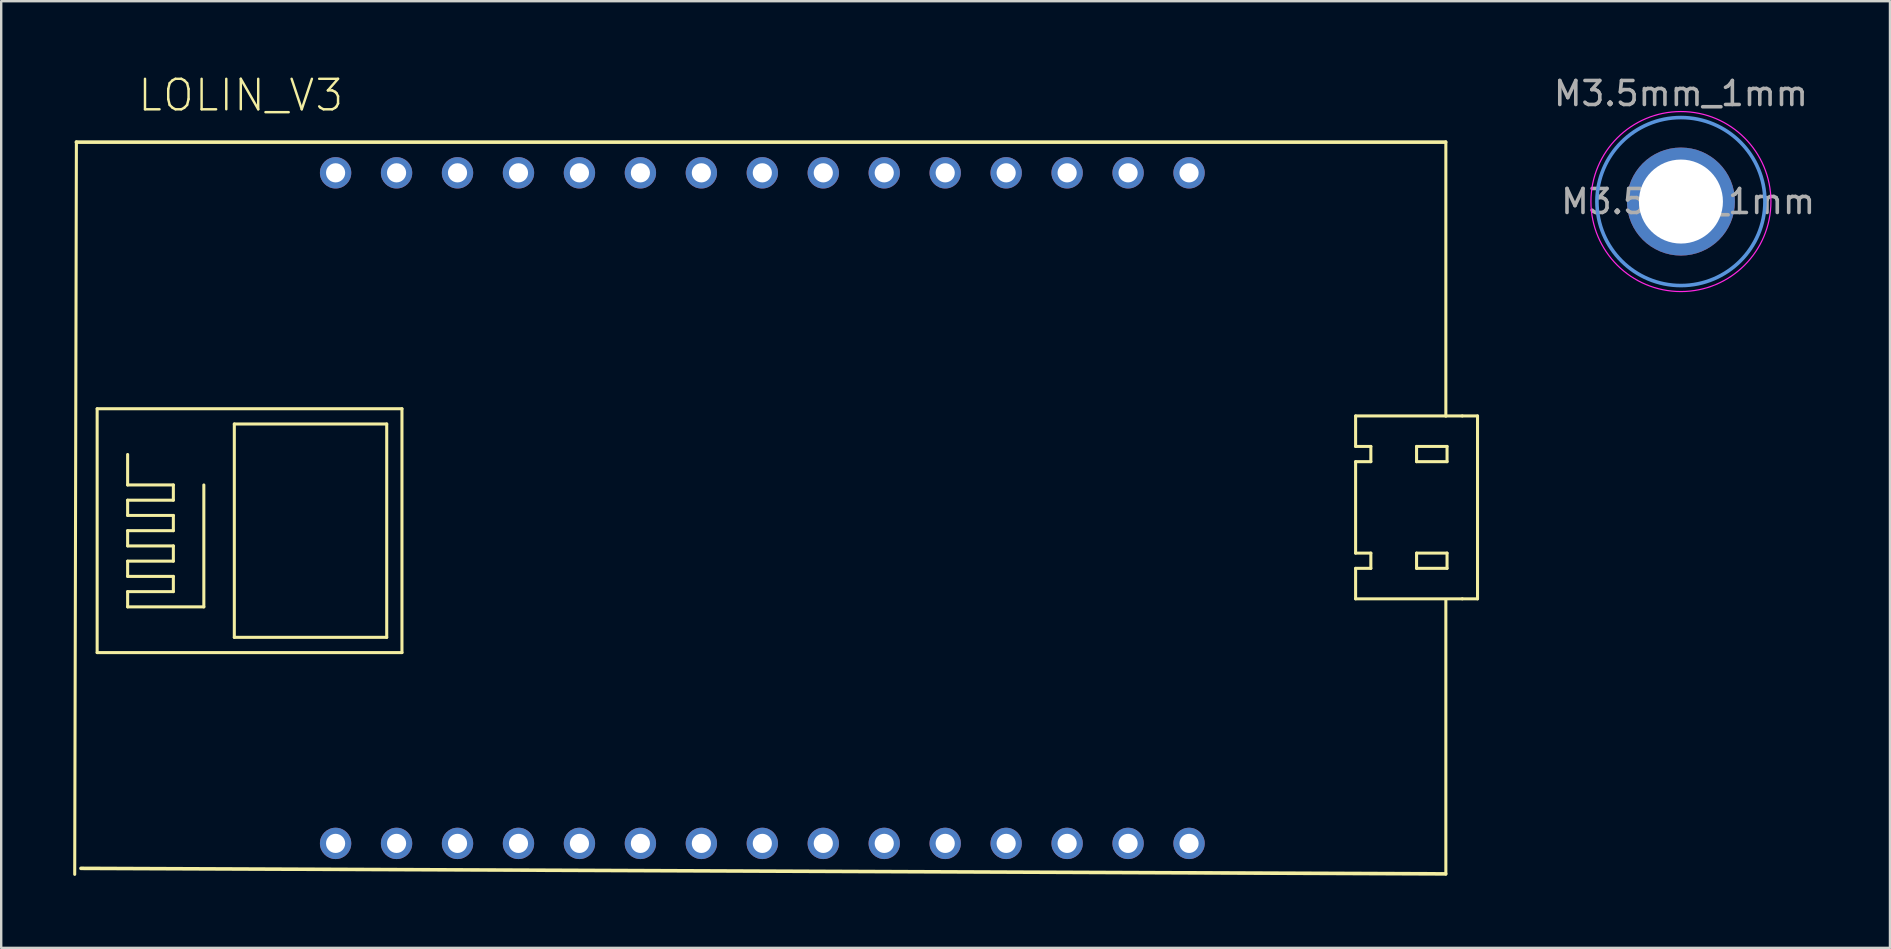
<source format=kicad_pcb>
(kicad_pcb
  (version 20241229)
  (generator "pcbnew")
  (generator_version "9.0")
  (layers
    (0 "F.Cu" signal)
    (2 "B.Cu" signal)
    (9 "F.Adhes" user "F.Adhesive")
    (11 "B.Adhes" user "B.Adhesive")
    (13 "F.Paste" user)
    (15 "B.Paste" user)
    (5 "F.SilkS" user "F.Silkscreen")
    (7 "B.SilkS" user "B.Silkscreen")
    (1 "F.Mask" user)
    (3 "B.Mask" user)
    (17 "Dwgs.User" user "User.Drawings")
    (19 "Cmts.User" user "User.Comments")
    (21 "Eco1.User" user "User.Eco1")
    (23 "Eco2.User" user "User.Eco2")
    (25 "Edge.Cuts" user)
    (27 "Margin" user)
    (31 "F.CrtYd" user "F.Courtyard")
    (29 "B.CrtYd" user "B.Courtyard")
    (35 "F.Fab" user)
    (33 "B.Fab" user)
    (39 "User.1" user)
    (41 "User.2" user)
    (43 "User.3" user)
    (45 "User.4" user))
  (footprint "M3.5mm_1mm"
    (layer "F.Cu")
    (at 66.988 5.348)
    (property "Reference" "M3.5mm_1mm" (at 0 -4.5 0) (layer "F.Fab") (effects (font (size 1 1) (thickness 0.15))))
    (attr exclude_from_pos_files exclude_from_bom)
    (fp_circle (center 0 0) (end 3.5 0) (stroke (width 0.15) (type solid)) (fill no) (layer "Cmts.User"))
    (fp_circle (center 0 0) (end 3.75 0) (stroke (width 0.05) (type solid)) (fill no) (layer "F.CrtYd"))
    (fp_text user "${REFERENCE}" (at 0.3 0 0) (layer "F.Fab") (effects (font (size 1 1) (thickness 0.15))))
    (pad "1" thru_hole circle (at 0 0) (size 4.5 4.5) (drill 3.5) (layers "*.Cu" "*.Mask")))
  (footprint "LOLIN_V3"
    (layer "F.Cu")
    (at 29.983 18.121)
    (property "Reference" "LOLIN_V3" (at -23 -17.2 0) (layer "F.SilkS") (effects (font (size 1.27 1.27) (thickness 0.102))))
    (attr exclude_from_pos_files exclude_from_bom)
    (fp_line (start -29.85 -15.26) (end -29.92 15.26) (stroke (width 0.127) (type solid)) (layer "F.SilkS"))
    (fp_line (start -29.85 -15.25) (end 27.2 -15.25) (stroke (width 0.15) (type solid)) (layer "F.SilkS"))
    (fp_line (start -29.66 15.01) (end 27.2 15.24) (stroke (width 0.15) (type solid)) (layer "F.SilkS"))
    (fp_line (start -28.985 -4.14) (end -16.285 -4.14) (stroke (width 0.127) (type solid)) (layer "F.SilkS"))
    (fp_line (start -28.985 6.02) (end -28.985 -4.14) (stroke (width 0.127) (type solid)) (layer "F.SilkS"))
    (fp_line (start -27.715 -0.965) (end -27.715 -2.235) (stroke (width 0.127) (type solid)) (layer "F.SilkS"))
    (fp_line (start -27.715 -0.33) (end -25.81 -0.33) (stroke (width 0.127) (type solid)) (layer "F.SilkS"))
    (fp_line (start -27.715 0.305) (end -27.715 -0.33) (stroke (width 0.127) (type solid)) (layer "F.SilkS"))
    (fp_line (start -27.715 0.94) (end -25.81 0.94) (stroke (width 0.127) (type solid)) (layer "F.SilkS"))
    (fp_line (start -27.715 1.575) (end -27.715 0.94) (stroke (width 0.127) (type solid)) (layer "F.SilkS"))
    (fp_line (start -27.715 2.21) (end -25.81 2.21) (stroke (width 0.127) (type solid)) (layer "F.SilkS"))
    (fp_line (start -27.715 2.845) (end -27.715 2.21) (stroke (width 0.127) (type solid)) (layer "F.SilkS"))
    (fp_line (start -27.715 3.48) (end -25.81 3.48) (stroke (width 0.127) (type solid)) (layer "F.SilkS"))
    (fp_line (start -27.715 4.115) (end -27.715 3.48) (stroke (width 0.127) (type solid)) (layer "F.SilkS"))
    (fp_line (start -25.81 -0.965) (end -27.715 -0.965) (stroke (width 0.127) (type solid)) (layer "F.SilkS"))
    (fp_line (start -25.81 -0.33) (end -25.81 -0.965) (stroke (width 0.127) (type solid)) (layer "F.SilkS"))
    (fp_line (start -25.81 0.305) (end -27.715 0.305) (stroke (width 0.127) (type solid)) (layer "F.SilkS"))
    (fp_line (start -25.81 0.94) (end -25.81 0.305) (stroke (width 0.127) (type solid)) (layer "F.SilkS"))
    (fp_line (start -25.81 1.575) (end -27.715 1.575) (stroke (width 0.127) (type solid)) (layer "F.SilkS"))
    (fp_line (start -25.81 2.21) (end -25.81 1.575) (stroke (width 0.127) (type solid)) (layer "F.SilkS"))
    (fp_line (start -25.81 2.845) (end -27.715 2.845) (stroke (width 0.127) (type solid)) (layer "F.SilkS"))
    (fp_line (start -25.81 3.48) (end -25.81 2.845) (stroke (width 0.127) (type solid)) (layer "F.SilkS"))
    (fp_line (start -24.54 4.115) (end -27.715 4.115) (stroke (width 0.127) (type solid)) (layer "F.SilkS"))
    (fp_line (start -24.54 4.115) (end -24.54 -0.965) (stroke (width 0.127) (type solid)) (layer "F.SilkS"))
    (fp_line (start -23.27 -3.505) (end -23.27 5.385) (stroke (width 0.127) (type solid)) (layer "F.SilkS"))
    (fp_line (start -23.27 5.385) (end -16.92 5.385) (stroke (width 0.127) (type solid)) (layer "F.SilkS"))
    (fp_line (start -16.92 -3.505) (end -23.27 -3.505) (stroke (width 0.127) (type solid)) (layer "F.SilkS"))
    (fp_line (start -16.92 5.385) (end -16.92 -3.505) (stroke (width 0.127) (type solid)) (layer "F.SilkS"))
    (fp_line (start -16.285 -4.14) (end -16.285 6.02) (stroke (width 0.127) (type solid)) (layer "F.SilkS"))
    (fp_line (start -16.285 6.02) (end -28.985 6.02) (stroke (width 0.127) (type solid)) (layer "F.SilkS"))
    (fp_line (start 23.45 -3.84) (end 23.45 -2.57) (stroke (width 0.127) (type solid)) (layer "F.SilkS"))
    (fp_line (start 23.45 -2.57) (end 24.085 -2.57) (stroke (width 0.127) (type solid)) (layer "F.SilkS"))
    (fp_line (start 23.45 -1.935) (end 23.45 1.875) (stroke (width 0.127) (type solid)) (layer "F.SilkS"))
    (fp_line (start 23.45 1.875) (end 24.085 1.875) (stroke (width 0.127) (type solid)) (layer "F.SilkS"))
    (fp_line (start 23.45 2.51) (end 23.45 3.78) (stroke (width 0.127) (type solid)) (layer "F.SilkS"))
    (fp_line (start 23.45 3.78) (end 27.895 3.78) (stroke (width 0.127) (type solid)) (layer "F.SilkS"))
    (fp_line (start 24.085 -2.57) (end 24.085 -1.935) (stroke (width 0.127) (type solid)) (layer "F.SilkS"))
    (fp_line (start 24.085 -1.935) (end 23.45 -1.935) (stroke (width 0.127) (type solid)) (layer "F.SilkS"))
    (fp_line (start 24.085 1.875) (end 24.085 2.51) (stroke (width 0.127) (type solid)) (layer "F.SilkS"))
    (fp_line (start 24.085 2.51) (end 23.45 2.51) (stroke (width 0.127) (type solid)) (layer "F.SilkS"))
    (fp_line (start 25.99 -2.57) (end 27.26 -2.57) (stroke (width 0.127) (type solid)) (layer "F.SilkS"))
    (fp_line (start 25.99 -1.935) (end 25.99 -2.57) (stroke (width 0.127) (type solid)) (layer "F.SilkS"))
    (fp_line (start 25.99 1.875) (end 27.26 1.875) (stroke (width 0.127) (type solid)) (layer "F.SilkS"))
    (fp_line (start 25.99 2.51) (end 25.99 1.875) (stroke (width 0.127) (type solid)) (layer "F.SilkS"))
    (fp_line (start 27.21 -15.26) (end 27.21 -3.83) (stroke (width 0.127) (type solid)) (layer "F.SilkS"))
    (fp_line (start 27.21 15.25) (end 27.21 3.82) (stroke (width 0.127) (type solid)) (layer "F.SilkS"))
    (fp_line (start 27.26 -2.57) (end 27.26 -1.935) (stroke (width 0.127) (type solid)) (layer "F.SilkS"))
    (fp_line (start 27.26 -1.935) (end 25.99 -1.935) (stroke (width 0.127) (type solid)) (layer "F.SilkS"))
    (fp_line (start 27.26 1.875) (end 27.26 2.51) (stroke (width 0.127) (type solid)) (layer "F.SilkS"))
    (fp_line (start 27.26 2.51) (end 25.99 2.51) (stroke (width 0.127) (type solid)) (layer "F.SilkS"))
    (fp_line (start 27.895 -3.84) (end 23.45 -3.84) (stroke (width 0.127) (type solid)) (layer "F.SilkS"))
    (fp_line (start 27.895 3.78) (end 28.53 3.78) (stroke (width 0.127) (type solid)) (layer "F.SilkS"))
    (fp_line (start 28.53 -3.84) (end 27.895 -3.84) (stroke (width 0.127) (type solid)) (layer "F.SilkS"))
    (fp_line (start 28.53 -3.84) (end 28.53 3.78) (stroke (width 0.127) (type solid)) (layer "F.SilkS"))
    (pad "3V" thru_hole circle (at -6.35 -13.97) (size 1.306 1.306) (drill 0.798) (layers "*.Cu" "*.Paste" "*.Mask"))
    (pad "3V1" thru_hole circle (at 16.51 -13.97) (size 1.306 1.306) (drill 0.798) (layers "*.Cu" "*.Paste" "*.Mask"))
    (pad "3V2" thru_hole circle (at 6.35 13.97) (size 1.306 1.306) (drill 0.798) (layers "*.Cu" "*.Paste" "*.Mask"))
    (pad "A0" thru_hole circle (at -19.05 13.97) (size 1.306 1.306) (drill 0.798) (layers "*.Cu" "*.Paste" "*.Mask"))
    (pad "D0" thru_hole circle (at -19.05 -13.97) (size 1.306 1.306) (drill 0.798) (layers "*.Cu" "*.Paste" "*.Mask"))
    (pad "D1" thru_hole circle (at -16.51 -13.97) (size 1.306 1.306) (drill 0.798) (layers "*.Cu" "*.Paste" "*.Mask"))
    (pad "D2" thru_hole circle (at -13.97 -13.97) (size 1.306 1.306) (drill 0.798) (layers "*.Cu" "*.Paste" "*.Mask"))
    (pad "D3" thru_hole circle (at -11.43 -13.97) (size 1.306 1.306) (drill 0.798) (layers "*.Cu" "*.Paste" "*.Mask"))
    (pad "D4" thru_hole circle (at -8.89 -13.97) (size 1.306 1.306) (drill 0.798) (layers "*.Cu" "*.Paste" "*.Mask"))
    (pad "D5" thru_hole circle (at -1.27 -13.97) (size 1.306 1.306) (drill 0.798) (layers "*.Cu" "*.Paste" "*.Mask"))
    (pad "D6" thru_hole circle (at 1.27 -13.97) (size 1.306 1.306) (drill 0.798) (layers "*.Cu" "*.Paste" "*.Mask"))
    (pad "D7" thru_hole circle (at 3.81 -13.97) (size 1.306 1.306) (drill 0.798) (layers "*.Cu" "*.Paste" "*.Mask"))
    (pad "D8" thru_hole circle (at 6.35 -13.97) (size 1.306 1.306) (drill 0.798) (layers "*.Cu" "*.Paste" "*.Mask"))
    (pad "EN" thru_hole circle (at 8.89 13.97) (size 1.306 1.306) (drill 0.798) (layers "*.Cu" "*.Paste" "*.Mask"))
    (pad "G" thru_hole circle (at -3.81 -13.97) (size 1.306 1.306) (drill 0.798) (layers "*.Cu" "*.Paste" "*.Mask"))
    (pad "G1" thru_hole circle (at 13.97 -13.97) (size 1.306 1.306) (drill 0.798) (layers "*.Cu" "*.Paste" "*.Mask"))
    (pad "G2" thru_hole circle (at 13.97 13.97) (size 1.306 1.306) (drill 0.798) (layers "*.Cu" "*.Paste" "*.Mask"))
    (pad "G3" thru_hole circle (at 3.81 13.97) (size 1.306 1.306) (drill 0.798) (layers "*.Cu" "*.Paste" "*.Mask"))
    (pad "G4" thru_hole circle (at -16.51 13.97) (size 1.306 1.306) (drill 0.798) (layers "*.Cu" "*.Paste" "*.Mask"))
    (pad "RST" thru_hole circle (at 11.43 13.97) (size 1.306 1.306) (drill 0.798) (layers "*.Cu" "*.Paste" "*.Mask"))
    (pad "RX" thru_hole circle (at 8.89 -13.97) (size 1.306 1.306) (drill 0.798) (layers "*.Cu" "*.Paste" "*.Mask"))
    (pad "S0" thru_hole circle (at -1.27 13.97) (size 1.306 1.306) (drill 0.798) (layers "*.Cu" "*.Paste" "*.Mask"))
    (pad "S1" thru_hole circle (at -6.35 13.97) (size 1.306 1.306) (drill 0.798) (layers "*.Cu" "*.Paste" "*.Mask"))
    (pad "S2" thru_hole circle (at -8.89 13.97) (size 1.306 1.306) (drill 0.798) (layers "*.Cu" "*.Paste" "*.Mask"))
    (pad "S3" thru_hole circle (at -11.43 13.97) (size 1.306 1.306) (drill 0.798) (layers "*.Cu" "*.Paste" "*.Mask"))
    (pad "SC" thru_hole circle (at -3.81 13.97) (size 1.306 1.306) (drill 0.798) (layers "*.Cu" "*.Paste" "*.Mask"))
    (pad "SK" thru_hole circle (at 1.27 13.97) (size 1.306 1.306) (drill 0.798) (layers "*.Cu" "*.Paste" "*.Mask"))
    (pad "TX" thru_hole circle (at 11.43 -13.97) (size 1.306 1.306) (drill 0.798) (layers "*.Cu" "*.Paste" "*.Mask"))
    (pad "VIN" thru_hole circle (at 16.51 13.97) (size 1.306 1.306) (drill 0.798) (layers "*.Cu" "*.Paste" "*.Mask"))
    (pad "VV" thru_hole circle (at -13.97 13.97) (size 1.306 1.306) (drill 0.798) (layers "*.Cu" "*.Paste" "*.Mask")))
  (gr_rect
    (start -3 -3)
    (end 75.698 36.445)
    (stroke (width 0.1) (type default))
    (fill no)
    (layer "Edge.Cuts")))
</source>
